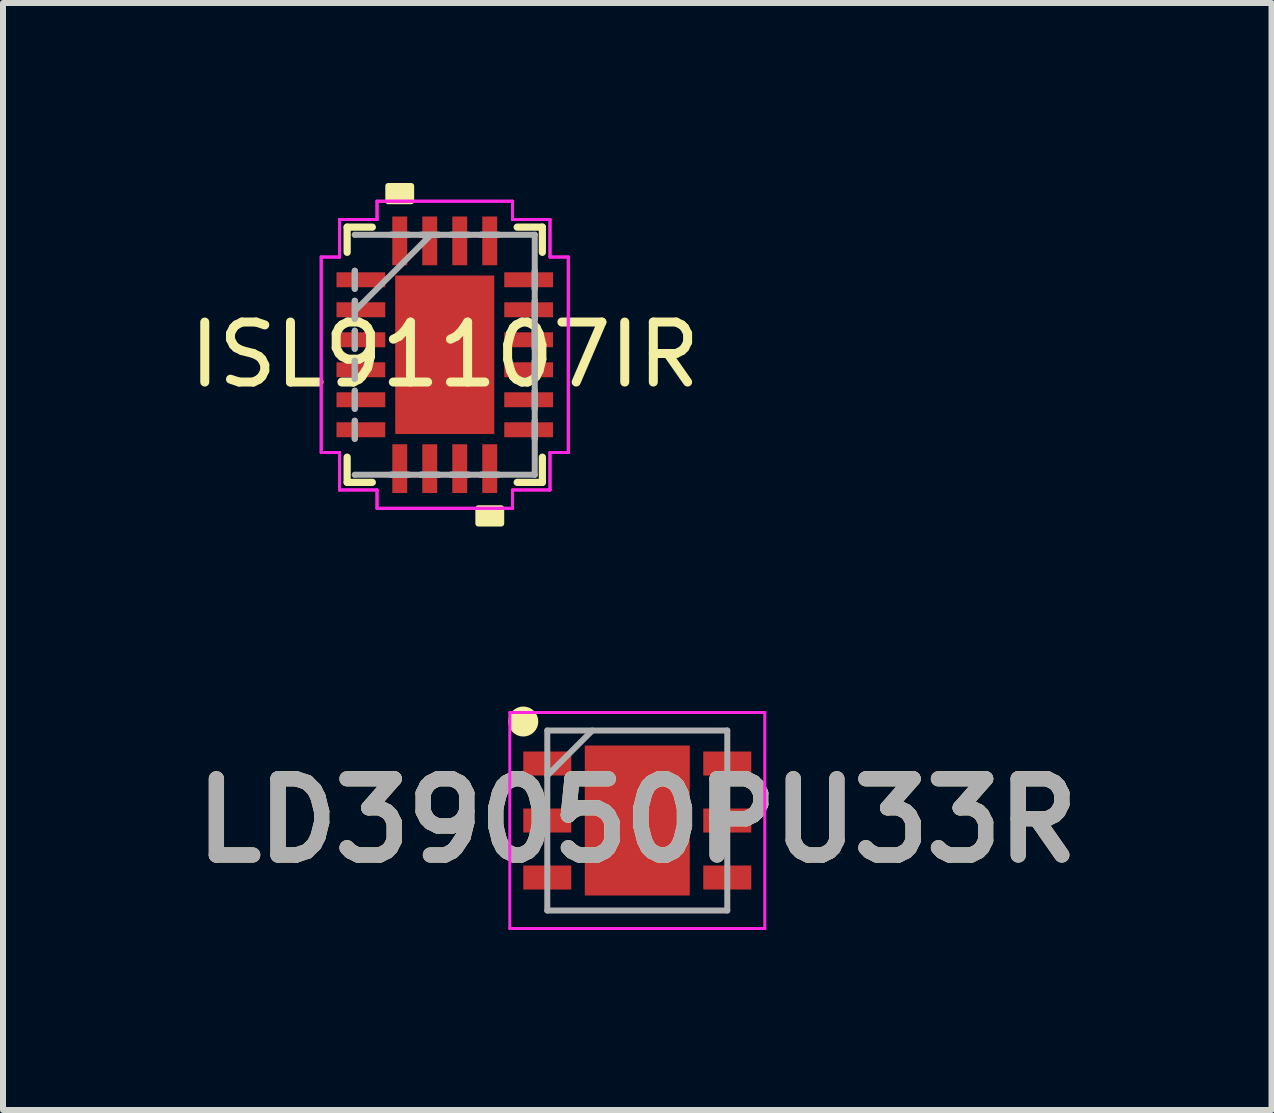
<source format=kicad_pcb>
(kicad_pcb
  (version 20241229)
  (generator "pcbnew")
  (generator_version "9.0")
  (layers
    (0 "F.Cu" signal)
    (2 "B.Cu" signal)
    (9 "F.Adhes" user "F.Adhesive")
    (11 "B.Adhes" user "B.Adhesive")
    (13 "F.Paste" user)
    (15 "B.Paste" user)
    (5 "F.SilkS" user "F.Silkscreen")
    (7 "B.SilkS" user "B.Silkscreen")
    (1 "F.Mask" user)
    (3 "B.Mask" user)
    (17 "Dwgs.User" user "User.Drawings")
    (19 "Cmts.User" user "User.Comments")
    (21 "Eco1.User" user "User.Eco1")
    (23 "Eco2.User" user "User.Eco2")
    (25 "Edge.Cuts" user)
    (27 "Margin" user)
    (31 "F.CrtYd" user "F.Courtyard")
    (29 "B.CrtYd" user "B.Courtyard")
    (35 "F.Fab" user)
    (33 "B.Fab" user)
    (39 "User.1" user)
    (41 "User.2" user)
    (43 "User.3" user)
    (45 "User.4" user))
  (footprint "LD39050PU33R"
    (layer "F.Cu")
    (at 7.572 10.626)
    (property "Reference" "LD39050PU33R" (at 0 0 0) (layer "F.SilkS") (effects (font (size 1.27 1.27) (thickness 0.254))))
    (attr smd)
    (fp_circle (center -1.9 -1.65) (end -1.9 -1.525) (stroke (width 0.25) (type solid)) (fill no) (layer "F.SilkS"))
    (fp_line (start -2.125 -1.8) (end 2.125 -1.8) (stroke (width 0.05) (type solid)) (layer "F.CrtYd"))
    (fp_line (start -2.125 1.8) (end -2.125 -1.8) (stroke (width 0.05) (type solid)) (layer "F.CrtYd"))
    (fp_line (start 2.125 -1.8) (end 2.125 1.8) (stroke (width 0.05) (type solid)) (layer "F.CrtYd"))
    (fp_line (start 2.125 1.8) (end -2.125 1.8) (stroke (width 0.05) (type solid)) (layer "F.CrtYd"))
    (fp_line (start -1.5 -1.5) (end 1.5 -1.5) (stroke (width 0.1) (type solid)) (layer "F.Fab"))
    (fp_line (start -1.5 -0.75) (end -0.75 -1.5) (stroke (width 0.1) (type solid)) (layer "F.Fab"))
    (fp_line (start -1.5 1.5) (end -1.5 -1.5) (stroke (width 0.1) (type solid)) (layer "F.Fab"))
    (fp_line (start 1.5 -1.5) (end 1.5 1.5) (stroke (width 0.1) (type solid)) (layer "F.Fab"))
    (fp_line (start 1.5 1.5) (end -1.5 1.5) (stroke (width 0.1) (type solid)) (layer "F.Fab"))
    (fp_text user "${REFERENCE}" (at 0 0 0) (layer "F.Fab") (effects (font (size 1.27 1.27) (thickness 0.254))))
    (pad "1" smd rect (at -1.5 -0.95 90) (size 0.4 0.8) (layers "F.Cu" "F.Mask" "F.Paste"))
    (pad "2" smd rect (at -1.5 0 90) (size 0.4 0.8) (layers "F.Cu" "F.Mask" "F.Paste"))
    (pad "3" smd rect (at -1.5 0.95 90) (size 0.4 0.8) (layers "F.Cu" "F.Mask" "F.Paste"))
    (pad "4" smd rect (at 1.5 0.95 90) (size 0.4 0.8) (layers "F.Cu" "F.Mask" "F.Paste"))
    (pad "5" smd rect (at 1.5 0 90) (size 0.4 0.8) (layers "F.Cu" "F.Mask" "F.Paste"))
    (pad "6" smd rect (at 1.5 -0.95 90) (size 0.4 0.8) (layers "F.Cu" "F.Mask" "F.Paste"))
    (pad "7" smd rect (at 0 0) (size 1.75 2.5) (layers "F.Cu" "F.Mask" "F.Paste")))
  (footprint "ISL91107IR"
    (layer "F.Cu")
    (at 4.363 2.863)
    (property "Reference" "ISL91107IR" (at 0 0 0) (layer "F.SilkS") (effects (font (size 1 1) (thickness 0.15))))
    (attr through_hole)
    (fp_line (start -1.627 -2.127) (end -1.627 -1.707) (stroke (width 0.12) (type solid)) (layer "F.SilkS"))
    (fp_line (start -1.627 1.707) (end -1.627 2.127) (stroke (width 0.12) (type solid)) (layer "F.SilkS"))
    (fp_line (start -1.627 2.127) (end -1.207 2.127) (stroke (width 0.12) (type solid)) (layer "F.SilkS"))
    (fp_line (start -1.207 -2.127) (end -1.627 -2.127) (stroke (width 0.12) (type solid)) (layer "F.SilkS"))
    (fp_line (start 1.207 2.127) (end 1.627 2.127) (stroke (width 0.12) (type solid)) (layer "F.SilkS"))
    (fp_line (start 1.627 -2.127) (end 1.207 -2.127) (stroke (width 0.12) (type solid)) (layer "F.SilkS"))
    (fp_line (start 1.627 -1.707) (end 1.627 -2.127) (stroke (width 0.12) (type solid)) (layer "F.SilkS"))
    (fp_line (start 1.627 2.127) (end 1.627 1.707) (stroke (width 0.12) (type solid)) (layer "F.SilkS"))
    (fp_poly (pts (xy -0.941 -2.559) (xy -0.941 -2.813) (xy -0.56 -2.813) (xy -0.56 -2.559)) (stroke (width 0.1) (type solid)) (fill yes) (layer "F.SilkS"))
    (fp_poly (pts (xy 0.56 2.559) (xy 0.56 2.813) (xy 0.941 2.813) (xy 0.941 2.559)) (stroke (width 0.1) (type solid)) (fill yes) (layer "F.SilkS"))
    (fp_poly (pts (xy -0.726 -1.221) (xy -0.726 -0.1) (xy 0.726 -0.1) (xy 0.726 -1.221)) (stroke (width 0.1) (type solid)) (fill yes) (layer "F.Paste"))
    (fp_poly (pts (xy -0.726 0.1) (xy -0.726 1.221) (xy 0.726 1.221) (xy 0.726 0.1)) (stroke (width 0.1) (type solid)) (fill yes) (layer "F.Paste"))
    (fp_line (start -2.059 -1.629) (end -1.754 -1.629) (stroke (width 0.05) (type solid)) (layer "F.CrtYd"))
    (fp_line (start -2.059 -1.629) (end -1.754 -1.629) (stroke (width 0.05) (type solid)) (layer "F.CrtYd"))
    (fp_line (start -2.059 1.629) (end -2.059 -1.629) (stroke (width 0.05) (type solid)) (layer "F.CrtYd"))
    (fp_line (start -2.059 1.629) (end -2.059 -1.629) (stroke (width 0.05) (type solid)) (layer "F.CrtYd"))
    (fp_line (start -1.754 -2.254) (end -1.129 -2.254) (stroke (width 0.05) (type solid)) (layer "F.CrtYd"))
    (fp_line (start -1.754 -2.254) (end -1.129 -2.254) (stroke (width 0.05) (type solid)) (layer "F.CrtYd"))
    (fp_line (start -1.754 -1.629) (end -1.754 -2.254) (stroke (width 0.05) (type solid)) (layer "F.CrtYd"))
    (fp_line (start -1.754 -1.629) (end -1.754 -2.254) (stroke (width 0.05) (type solid)) (layer "F.CrtYd"))
    (fp_line (start -1.754 1.629) (end -2.059 1.629) (stroke (width 0.05) (type solid)) (layer "F.CrtYd"))
    (fp_line (start -1.754 1.629) (end -2.059 1.629) (stroke (width 0.05) (type solid)) (layer "F.CrtYd"))
    (fp_line (start -1.754 2.254) (end -1.754 1.629) (stroke (width 0.05) (type solid)) (layer "F.CrtYd"))
    (fp_line (start -1.754 2.254) (end -1.754 1.629) (stroke (width 0.05) (type solid)) (layer "F.CrtYd"))
    (fp_line (start -1.129 -2.559) (end 1.129 -2.559) (stroke (width 0.05) (type solid)) (layer "F.CrtYd"))
    (fp_line (start -1.129 -2.559) (end 1.129 -2.559) (stroke (width 0.05) (type solid)) (layer "F.CrtYd"))
    (fp_line (start -1.129 -2.254) (end -1.129 -2.559) (stroke (width 0.05) (type solid)) (layer "F.CrtYd"))
    (fp_line (start -1.129 -2.254) (end -1.129 -2.559) (stroke (width 0.05) (type solid)) (layer "F.CrtYd"))
    (fp_line (start -1.129 2.254) (end -1.754 2.254) (stroke (width 0.05) (type solid)) (layer "F.CrtYd"))
    (fp_line (start -1.129 2.254) (end -1.754 2.254) (stroke (width 0.05) (type solid)) (layer "F.CrtYd"))
    (fp_line (start -1.129 2.559) (end -1.129 2.254) (stroke (width 0.05) (type solid)) (layer "F.CrtYd"))
    (fp_line (start -1.129 2.559) (end -1.129 2.254) (stroke (width 0.05) (type solid)) (layer "F.CrtYd"))
    (fp_line (start 1.129 -2.559) (end 1.129 -2.254) (stroke (width 0.05) (type solid)) (layer "F.CrtYd"))
    (fp_line (start 1.129 -2.559) (end 1.129 -2.254) (stroke (width 0.05) (type solid)) (layer "F.CrtYd"))
    (fp_line (start 1.129 -2.254) (end 1.754 -2.254) (stroke (width 0.05) (type solid)) (layer "F.CrtYd"))
    (fp_line (start 1.129 -2.254) (end 1.754 -2.254) (stroke (width 0.05) (type solid)) (layer "F.CrtYd"))
    (fp_line (start 1.129 2.254) (end 1.129 2.559) (stroke (width 0.05) (type solid)) (layer "F.CrtYd"))
    (fp_line (start 1.129 2.254) (end 1.129 2.559) (stroke (width 0.05) (type solid)) (layer "F.CrtYd"))
    (fp_line (start 1.129 2.559) (end -1.129 2.559) (stroke (width 0.05) (type solid)) (layer "F.CrtYd"))
    (fp_line (start 1.129 2.559) (end -1.129 2.559) (stroke (width 0.05) (type solid)) (layer "F.CrtYd"))
    (fp_line (start 1.754 -2.254) (end 1.754 -1.629) (stroke (width 0.05) (type solid)) (layer "F.CrtYd"))
    (fp_line (start 1.754 -2.254) (end 1.754 -1.629) (stroke (width 0.05) (type solid)) (layer "F.CrtYd"))
    (fp_line (start 1.754 -1.629) (end 2.059 -1.629) (stroke (width 0.05) (type solid)) (layer "F.CrtYd"))
    (fp_line (start 1.754 -1.629) (end 2.059 -1.629) (stroke (width 0.05) (type solid)) (layer "F.CrtYd"))
    (fp_line (start 1.754 1.629) (end 1.754 2.254) (stroke (width 0.05) (type solid)) (layer "F.CrtYd"))
    (fp_line (start 1.754 1.629) (end 1.754 2.254) (stroke (width 0.05) (type solid)) (layer "F.CrtYd"))
    (fp_line (start 1.754 2.254) (end 1.129 2.254) (stroke (width 0.05) (type solid)) (layer "F.CrtYd"))
    (fp_line (start 1.754 2.254) (end 1.129 2.254) (stroke (width 0.05) (type solid)) (layer "F.CrtYd"))
    (fp_line (start 2.059 -1.629) (end 2.059 1.629) (stroke (width 0.05) (type solid)) (layer "F.CrtYd"))
    (fp_line (start 2.059 -1.629) (end 2.059 1.629) (stroke (width 0.05) (type solid)) (layer "F.CrtYd"))
    (fp_line (start 2.059 1.629) (end 1.754 1.629) (stroke (width 0.05) (type solid)) (layer "F.CrtYd"))
    (fp_line (start 2.059 1.629) (end 1.754 1.629) (stroke (width 0.05) (type solid)) (layer "F.CrtYd"))
    (fp_line (start -1.5 -2) (end -1.5 -2) (stroke (width 0.1) (type solid)) (layer "F.Fab"))
    (fp_line (start -1.5 -1.4) (end -1.5 -1.4) (stroke (width 0.1) (type solid)) (layer "F.Fab"))
    (fp_line (start -1.5 -1.4) (end -1.5 -1.1) (stroke (width 0.1) (type solid)) (layer "F.Fab"))
    (fp_line (start -1.5 -1.1) (end -1.5 -1.4) (stroke (width 0.1) (type solid)) (layer "F.Fab"))
    (fp_line (start -1.5 -1.1) (end -1.5 -1.1) (stroke (width 0.1) (type solid)) (layer "F.Fab"))
    (fp_line (start -1.5 -0.9) (end -1.5 -0.9) (stroke (width 0.1) (type solid)) (layer "F.Fab"))
    (fp_line (start -1.5 -0.9) (end -1.5 -0.6) (stroke (width 0.1) (type solid)) (layer "F.Fab"))
    (fp_line (start -1.5 -0.73) (end -0.23 -2) (stroke (width 0.1) (type solid)) (layer "F.Fab"))
    (fp_line (start -1.5 -0.6) (end -1.5 -0.9) (stroke (width 0.1) (type solid)) (layer "F.Fab"))
    (fp_line (start -1.5 -0.6) (end -1.5 -0.6) (stroke (width 0.1) (type solid)) (layer "F.Fab"))
    (fp_line (start -1.5 -0.4) (end -1.5 -0.4) (stroke (width 0.1) (type solid)) (layer "F.Fab"))
    (fp_line (start -1.5 -0.4) (end -1.5 -0.1) (stroke (width 0.1) (type solid)) (layer "F.Fab"))
    (fp_line (start -1.5 -0.1) (end -1.5 -0.4) (stroke (width 0.1) (type solid)) (layer "F.Fab"))
    (fp_line (start -1.5 -0.1) (end -1.5 -0.1) (stroke (width 0.1) (type solid)) (layer "F.Fab"))
    (fp_line (start -1.5 0.1) (end -1.5 0.1) (stroke (width 0.1) (type solid)) (layer "F.Fab"))
    (fp_line (start -1.5 0.1) (end -1.5 0.4) (stroke (width 0.1) (type solid)) (layer "F.Fab"))
    (fp_line (start -1.5 0.4) (end -1.5 0.1) (stroke (width 0.1) (type solid)) (layer "F.Fab"))
    (fp_line (start -1.5 0.4) (end -1.5 0.4) (stroke (width 0.1) (type solid)) (layer "F.Fab"))
    (fp_line (start -1.5 0.6) (end -1.5 0.6) (stroke (width 0.1) (type solid)) (layer "F.Fab"))
    (fp_line (start -1.5 0.6) (end -1.5 0.9) (stroke (width 0.1) (type solid)) (layer "F.Fab"))
    (fp_line (start -1.5 0.9) (end -1.5 0.6) (stroke (width 0.1) (type solid)) (layer "F.Fab"))
    (fp_line (start -1.5 0.9) (end -1.5 0.9) (stroke (width 0.1) (type solid)) (layer "F.Fab"))
    (fp_line (start -1.5 1.1) (end -1.5 1.1) (stroke (width 0.1) (type solid)) (layer "F.Fab"))
    (fp_line (start -1.5 1.1) (end -1.5 1.4) (stroke (width 0.1) (type solid)) (layer "F.Fab"))
    (fp_line (start -1.5 1.4) (end -1.5 1.1) (stroke (width 0.1) (type solid)) (layer "F.Fab"))
    (fp_line (start -1.5 1.4) (end -1.5 1.4) (stroke (width 0.1) (type solid)) (layer "F.Fab"))
    (fp_line (start -1.5 2) (end -1.5 2) (stroke (width 0.1) (type solid)) (layer "F.Fab"))
    (fp_line (start -1.5 2) (end 1.5 2) (stroke (width 0.1) (type solid)) (layer "F.Fab"))
    (fp_line (start -0.9 -2) (end -0.9 -2) (stroke (width 0.1) (type solid)) (layer "F.Fab"))
    (fp_line (start -0.9 -2) (end -0.6 -2) (stroke (width 0.1) (type solid)) (layer "F.Fab"))
    (fp_line (start -0.9 2) (end -0.9 2) (stroke (width 0.1) (type solid)) (layer "F.Fab"))
    (fp_line (start -0.9 2) (end -0.6 2) (stroke (width 0.1) (type solid)) (layer "F.Fab"))
    (fp_line (start -0.6 -2) (end -0.9 -2) (stroke (width 0.1) (type solid)) (layer "F.Fab"))
    (fp_line (start -0.6 -2) (end -0.6 -2) (stroke (width 0.1) (type solid)) (layer "F.Fab"))
    (fp_line (start -0.6 2) (end -0.9 2) (stroke (width 0.1) (type solid)) (layer "F.Fab"))
    (fp_line (start -0.6 2) (end -0.6 2) (stroke (width 0.1) (type solid)) (layer "F.Fab"))
    (fp_line (start -0.4 -2) (end -0.4 -2) (stroke (width 0.1) (type solid)) (layer "F.Fab"))
    (fp_line (start -0.4 -2) (end -0.1 -2) (stroke (width 0.1) (type solid)) (layer "F.Fab"))
    (fp_line (start -0.4 2) (end -0.4 2) (stroke (width 0.1) (type solid)) (layer "F.Fab"))
    (fp_line (start -0.4 2) (end -0.1 2) (stroke (width 0.1) (type solid)) (layer "F.Fab"))
    (fp_line (start -0.1 -2) (end -0.4 -2) (stroke (width 0.1) (type solid)) (layer "F.Fab"))
    (fp_line (start -0.1 -2) (end -0.1 -2) (stroke (width 0.1) (type solid)) (layer "F.Fab"))
    (fp_line (start -0.1 2) (end -0.4 2) (stroke (width 0.1) (type solid)) (layer "F.Fab"))
    (fp_line (start -0.1 2) (end -0.1 2) (stroke (width 0.1) (type solid)) (layer "F.Fab"))
    (fp_line (start 0.1 -2) (end 0.1 -2) (stroke (width 0.1) (type solid)) (layer "F.Fab"))
    (fp_line (start 0.1 -2) (end 0.4 -2) (stroke (width 0.1) (type solid)) (layer "F.Fab"))
    (fp_line (start 0.1 2) (end 0.1 2) (stroke (width 0.1) (type solid)) (layer "F.Fab"))
    (fp_line (start 0.1 2) (end 0.4 2) (stroke (width 0.1) (type solid)) (layer "F.Fab"))
    (fp_line (start 0.4 -2) (end 0.1 -2) (stroke (width 0.1) (type solid)) (layer "F.Fab"))
    (fp_line (start 0.4 -2) (end 0.4 -2) (stroke (width 0.1) (type solid)) (layer "F.Fab"))
    (fp_line (start 0.4 2) (end 0.1 2) (stroke (width 0.1) (type solid)) (layer "F.Fab"))
    (fp_line (start 0.4 2) (end 0.4 2) (stroke (width 0.1) (type solid)) (layer "F.Fab"))
    (fp_line (start 0.6 -2) (end 0.6 -2) (stroke (width 0.1) (type solid)) (layer "F.Fab"))
    (fp_line (start 0.6 -2) (end 0.9 -2) (stroke (width 0.1) (type solid)) (layer "F.Fab"))
    (fp_line (start 0.6 2) (end 0.6 2) (stroke (width 0.1) (type solid)) (layer "F.Fab"))
    (fp_line (start 0.6 2) (end 0.9 2) (stroke (width 0.1) (type solid)) (layer "F.Fab"))
    (fp_line (start 0.9 -2) (end 0.6 -2) (stroke (width 0.1) (type solid)) (layer "F.Fab"))
    (fp_line (start 0.9 -2) (end 0.9 -2) (stroke (width 0.1) (type solid)) (layer "F.Fab"))
    (fp_line (start 0.9 2) (end 0.6 2) (stroke (width 0.1) (type solid)) (layer "F.Fab"))
    (fp_line (start 0.9 2) (end 0.9 2) (stroke (width 0.1) (type solid)) (layer "F.Fab"))
    (fp_line (start 1.5 -2) (end -1.5 -2) (stroke (width 0.1) (type solid)) (layer "F.Fab"))
    (fp_line (start 1.5 -2) (end 1.5 -2) (stroke (width 0.1) (type solid)) (layer "F.Fab"))
    (fp_line (start 1.5 -1.4) (end 1.5 -1.4) (stroke (width 0.1) (type solid)) (layer "F.Fab"))
    (fp_line (start 1.5 -1.4) (end 1.5 -1.1) (stroke (width 0.1) (type solid)) (layer "F.Fab"))
    (fp_line (start 1.5 -1.1) (end 1.5 -1.4) (stroke (width 0.1) (type solid)) (layer "F.Fab"))
    (fp_line (start 1.5 -1.1) (end 1.5 -1.1) (stroke (width 0.1) (type solid)) (layer "F.Fab"))
    (fp_line (start 1.5 -0.9) (end 1.5 -0.9) (stroke (width 0.1) (type solid)) (layer "F.Fab"))
    (fp_line (start 1.5 -0.9) (end 1.5 -0.6) (stroke (width 0.1) (type solid)) (layer "F.Fab"))
    (fp_line (start 1.5 -0.6) (end 1.5 -0.9) (stroke (width 0.1) (type solid)) (layer "F.Fab"))
    (fp_line (start 1.5 -0.6) (end 1.5 -0.6) (stroke (width 0.1) (type solid)) (layer "F.Fab"))
    (fp_line (start 1.5 -0.4) (end 1.5 -0.4) (stroke (width 0.1) (type solid)) (layer "F.Fab"))
    (fp_line (start 1.5 -0.4) (end 1.5 -0.1) (stroke (width 0.1) (type solid)) (layer "F.Fab"))
    (fp_line (start 1.5 -0.1) (end 1.5 -0.4) (stroke (width 0.1) (type solid)) (layer "F.Fab"))
    (fp_line (start 1.5 -0.1) (end 1.5 -0.1) (stroke (width 0.1) (type solid)) (layer "F.Fab"))
    (fp_line (start 1.5 0.1) (end 1.5 0.1) (stroke (width 0.1) (type solid)) (layer "F.Fab"))
    (fp_line (start 1.5 0.1) (end 1.5 0.4) (stroke (width 0.1) (type solid)) (layer "F.Fab"))
    (fp_line (start 1.5 0.4) (end 1.5 0.1) (stroke (width 0.1) (type solid)) (layer "F.Fab"))
    (fp_line (start 1.5 0.4) (end 1.5 0.4) (stroke (width 0.1) (type solid)) (layer "F.Fab"))
    (fp_line (start 1.5 0.6) (end 1.5 0.6) (stroke (width 0.1) (type solid)) (layer "F.Fab"))
    (fp_line (start 1.5 0.6) (end 1.5 0.9) (stroke (width 0.1) (type solid)) (layer "F.Fab"))
    (fp_line (start 1.5 0.9) (end 1.5 0.6) (stroke (width 0.1) (type solid)) (layer "F.Fab"))
    (fp_line (start 1.5 0.9) (end 1.5 0.9) (stroke (width 0.1) (type solid)) (layer "F.Fab"))
    (fp_line (start 1.5 1.1) (end 1.5 1.1) (stroke (width 0.1) (type solid)) (layer "F.Fab"))
    (fp_line (start 1.5 1.1) (end 1.5 1.4) (stroke (width 0.1) (type solid)) (layer "F.Fab"))
    (fp_line (start 1.5 1.4) (end 1.5 1.1) (stroke (width 0.1) (type solid)) (layer "F.Fab"))
    (fp_line (start 1.5 1.4) (end 1.5 1.4) (stroke (width 0.1) (type solid)) (layer "F.Fab"))
    (fp_line (start 1.5 2) (end 1.5 -2) (stroke (width 0.1) (type solid)) (layer "F.Fab"))
    (fp_line (start 1.5 2) (end 1.5 2) (stroke (width 0.1) (type solid)) (layer "F.Fab"))
    (pad "1" smd rect (at -1.398 -1.25 90) (size 0.249 0.813) (layers "F.Cu" "F.Mask" "F.Paste"))
    (pad "2" smd rect (at -1.398 -0.75 90) (size 0.249 0.813) (layers "F.Cu" "F.Mask" "F.Paste"))
    (pad "3" smd rect (at -1.398 -0.25 90) (size 0.249 0.813) (layers "F.Cu" "F.Mask" "F.Paste"))
    (pad "4" smd rect (at -1.398 0.25 90) (size 0.249 0.813) (layers "F.Cu" "F.Mask" "F.Paste"))
    (pad "5" smd rect (at -1.398 0.75 90) (size 0.249 0.813) (layers "F.Cu" "F.Mask" "F.Paste"))
    (pad "6" smd rect (at -1.398 1.25 90) (size 0.249 0.813) (layers "F.Cu" "F.Mask" "F.Paste"))
    (pad "7" smd rect (at -0.75 1.898) (size 0.249 0.813) (layers "F.Cu" "F.Mask" "F.Paste"))
    (pad "8" smd rect (at -0.25 1.898) (size 0.249 0.813) (layers "F.Cu" "F.Mask" "F.Paste"))
    (pad "9" smd rect (at 0.25 1.898) (size 0.249 0.813) (layers "F.Cu" "F.Mask" "F.Paste"))
    (pad "10" smd rect (at 0.75 1.898) (size 0.249 0.813) (layers "F.Cu" "F.Mask" "F.Paste"))
    (pad "11" smd rect (at 1.398 1.25 90) (size 0.249 0.813) (layers "F.Cu" "F.Mask" "F.Paste"))
    (pad "12" smd rect (at 1.398 0.75 90) (size 0.249 0.813) (layers "F.Cu" "F.Mask" "F.Paste"))
    (pad "13" smd rect (at 1.398 0.25 90) (size 0.249 0.813) (layers "F.Cu" "F.Mask" "F.Paste"))
    (pad "14" smd rect (at 1.398 -0.25 90) (size 0.249 0.813) (layers "F.Cu" "F.Mask" "F.Paste"))
    (pad "15" smd rect (at 1.398 -0.75 90) (size 0.249 0.813) (layers "F.Cu" "F.Mask" "F.Paste"))
    (pad "16" smd rect (at 1.398 -1.25 90) (size 0.249 0.813) (layers "F.Cu" "F.Mask" "F.Paste"))
    (pad "17" smd rect (at 0.75 -1.898) (size 0.249 0.813) (layers "F.Cu" "F.Mask" "F.Paste"))
    (pad "18" smd rect (at 0.25 -1.898) (size 0.249 0.813) (layers "F.Cu" "F.Mask" "F.Paste"))
    (pad "19" smd rect (at -0.25 -1.898) (size 0.249 0.813) (layers "F.Cu" "F.Mask" "F.Paste"))
    (pad "20" smd rect (at -0.75 -1.898) (size 0.249 0.813) (layers "F.Cu" "F.Mask" "F.Paste"))
    (pad "21" smd rect (at 0 0) (size 1.651 2.642) (layers "F.Cu" "F.Mask")))
  (gr_rect
    (start -3 -3)
    (end 18.143 15.451)
    (stroke (width 0.1) (type default))
    (fill no)
    (layer "Edge.Cuts")))
</source>
